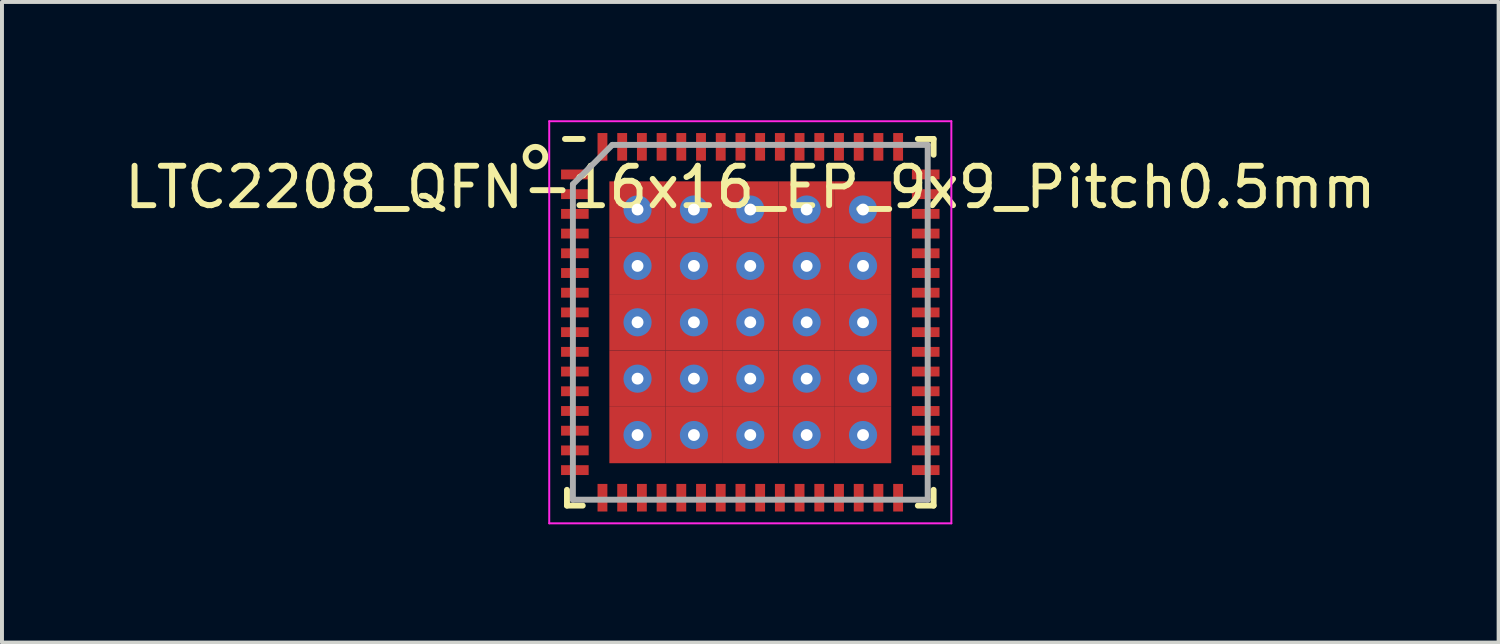
<source format=kicad_pcb>
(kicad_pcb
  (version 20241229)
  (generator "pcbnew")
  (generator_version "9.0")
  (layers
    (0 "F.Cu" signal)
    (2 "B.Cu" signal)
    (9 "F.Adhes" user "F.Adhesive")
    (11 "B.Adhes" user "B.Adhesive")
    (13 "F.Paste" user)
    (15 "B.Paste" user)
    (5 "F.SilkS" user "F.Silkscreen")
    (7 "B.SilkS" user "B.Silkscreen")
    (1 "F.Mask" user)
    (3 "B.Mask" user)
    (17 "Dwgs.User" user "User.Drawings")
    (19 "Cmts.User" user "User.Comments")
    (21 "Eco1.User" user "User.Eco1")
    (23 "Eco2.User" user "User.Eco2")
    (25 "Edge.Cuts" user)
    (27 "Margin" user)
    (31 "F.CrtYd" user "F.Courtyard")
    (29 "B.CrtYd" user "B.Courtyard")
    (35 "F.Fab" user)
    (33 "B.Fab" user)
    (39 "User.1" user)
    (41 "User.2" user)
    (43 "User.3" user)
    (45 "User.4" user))
  (footprint "LTC2208_QFN-16x16_EP_9x9_Pitch0.5mm"
    (layer "F.Cu")
    (at 15.982 5.125)
    (property "Reference" "LTC2208_QFN-16x16_EP_9x9_Pitch0.5mm" (at 0 -3.425 0) (layer "F.SilkS") (effects (font (size 1 1) (thickness 0.15))))
    (attr through_hole)
    (fp_line (start -4.65 4.65) (end -4.65 4.25) (stroke (width 0.15) (type default)) (layer "F.SilkS"))
    (fp_line (start -4.25 -4.65) (end -4.7 -4.65) (stroke (width 0.15) (type default)) (layer "F.SilkS"))
    (fp_line (start -4.25 4.65) (end -4.65 4.65) (stroke (width 0.15) (type default)) (layer "F.SilkS"))
    (fp_line (start 4.25 -4.65) (end 4.65 -4.65) (stroke (width 0.15) (type default)) (layer "F.SilkS"))
    (fp_line (start 4.25 4.65) (end 4.65 4.65) (stroke (width 0.15) (type default)) (layer "F.SilkS"))
    (fp_line (start 4.65 -4.65) (end 4.65 -4.25) (stroke (width 0.15) (type default)) (layer "F.SilkS"))
    (fp_line (start 4.65 4.65) (end 4.65 4.25) (stroke (width 0.15) (type default)) (layer "F.SilkS"))
    (fp_circle (center -5.45 -4.2) (end -5.45 -3.95) (stroke (width 0.15) (type default)) (fill no) (layer "F.SilkS"))
    (fp_line (start -5.1 -5.1) (end 5.1 -5.1) (stroke (width 0.05) (type default)) (layer "F.CrtYd"))
    (fp_line (start -5.1 5.1) (end -5.1 -5.1) (stroke (width 0.05) (type default)) (layer "F.CrtYd"))
    (fp_line (start 5.1 -5.1) (end 5.1 5.1) (stroke (width 0.05) (type default)) (layer "F.CrtYd"))
    (fp_line (start 5.1 5.1) (end -5.1 5.1) (stroke (width 0.05) (type default)) (layer "F.CrtYd"))
    (fp_line (start -4.5 -3.5) (end -4.5 4.5) (stroke (width 0.15) (type default)) (layer "F.Fab"))
    (fp_line (start -4.5 4.5) (end 4.5 4.5) (stroke (width 0.15) (type default)) (layer "F.Fab"))
    (fp_line (start -3.5 -4.5) (end -4.5 -3.5) (stroke (width 0.15) (type default)) (layer "F.Fab"))
    (fp_line (start 4.5 -4.5) (end -3.5 -4.5) (stroke (width 0.15) (type default)) (layer "F.Fab"))
    (fp_line (start 4.5 4.5) (end 4.5 -4.5) (stroke (width 0.15) (type default)) (layer "F.Fab"))
    (pad "1" smd rect (at -4.45 -3.75 90) (size 0.25 0.7) (layers "F.Cu" "F.Mask" "F.Paste"))
    (pad "2" smd rect (at -4.45 -3.25 90) (size 0.25 0.7) (layers "F.Cu" "F.Mask" "F.Paste"))
    (pad "3" smd rect (at -4.45 -2.75 90) (size 0.25 0.7) (layers "F.Cu" "F.Mask" "F.Paste"))
    (pad "4" smd rect (at -4.45 -2.25 90) (size 0.25 0.7) (layers "F.Cu" "F.Mask" "F.Paste"))
    (pad "5" smd rect (at -4.45 -1.75 90) (size 0.25 0.7) (layers "F.Cu" "F.Mask" "F.Paste"))
    (pad "6" smd rect (at -4.45 -1.25 90) (size 0.25 0.7) (layers "F.Cu" "F.Mask" "F.Paste"))
    (pad "7" smd rect (at -4.45 -0.75 90) (size 0.25 0.7) (layers "F.Cu" "F.Mask" "F.Paste"))
    (pad "8" smd rect (at -4.45 -0.25 90) (size 0.25 0.7) (layers "F.Cu" "F.Mask" "F.Paste"))
    (pad "9" smd rect (at -4.45 0.25 90) (size 0.25 0.7) (layers "F.Cu" "F.Mask" "F.Paste"))
    (pad "10" smd rect (at -4.45 0.75 90) (size 0.25 0.7) (layers "F.Cu" "F.Mask" "F.Paste"))
    (pad "11" smd rect (at -4.45 1.25 90) (size 0.25 0.7) (layers "F.Cu" "F.Mask" "F.Paste"))
    (pad "12" smd rect (at -4.45 1.75 90) (size 0.25 0.7) (layers "F.Cu" "F.Mask" "F.Paste"))
    (pad "13" smd rect (at -4.45 2.25 90) (size 0.25 0.7) (layers "F.Cu" "F.Mask" "F.Paste"))
    (pad "14" smd rect (at -4.45 2.75 90) (size 0.25 0.7) (layers "F.Cu" "F.Mask" "F.Paste"))
    (pad "15" smd rect (at -4.45 3.25 90) (size 0.25 0.7) (layers "F.Cu" "F.Mask" "F.Paste"))
    (pad "16" smd rect (at -4.45 3.75 90) (size 0.25 0.7) (layers "F.Cu" "F.Mask" "F.Paste"))
    (pad "17" smd rect (at -3.75 4.45) (size 0.25 0.7) (layers "F.Cu" "F.Mask" "F.Paste"))
    (pad "18" smd rect (at -3.25 4.45) (size 0.25 0.7) (layers "F.Cu" "F.Mask" "F.Paste"))
    (pad "19" smd rect (at -2.75 4.45) (size 0.25 0.7) (layers "F.Cu" "F.Mask" "F.Paste"))
    (pad "20" smd rect (at -2.25 4.45) (size 0.25 0.7) (layers "F.Cu" "F.Mask" "F.Paste"))
    (pad "21" smd rect (at -1.75 4.45) (size 0.25 0.7) (layers "F.Cu" "F.Mask" "F.Paste"))
    (pad "22" smd rect (at -1.25 4.45) (size 0.25 0.7) (layers "F.Cu" "F.Mask" "F.Paste"))
    (pad "23" smd rect (at -0.75 4.45) (size 0.25 0.7) (layers "F.Cu" "F.Mask" "F.Paste"))
    (pad "24" smd rect (at -0.25 4.45) (size 0.25 0.7) (layers "F.Cu" "F.Mask" "F.Paste"))
    (pad "25" smd rect (at 0.25 4.45) (size 0.25 0.7) (layers "F.Cu" "F.Mask" "F.Paste"))
    (pad "26" smd rect (at 0.75 4.45) (size 0.25 0.7) (layers "F.Cu" "F.Mask" "F.Paste"))
    (pad "27" smd rect (at 1.25 4.45) (size 0.25 0.7) (layers "F.Cu" "F.Mask" "F.Paste"))
    (pad "28" smd rect (at 1.75 4.45) (size 0.25 0.7) (layers "F.Cu" "F.Mask" "F.Paste"))
    (pad "29" smd rect (at 2.25 4.45) (size 0.25 0.7) (layers "F.Cu" "F.Mask" "F.Paste"))
    (pad "30" smd rect (at 2.75 4.45) (size 0.25 0.7) (layers "F.Cu" "F.Mask" "F.Paste"))
    (pad "31" smd rect (at 3.25 4.45) (size 0.25 0.7) (layers "F.Cu" "F.Mask" "F.Paste"))
    (pad "32" smd rect (at 3.75 4.45) (size 0.25 0.7) (layers "F.Cu" "F.Mask" "F.Paste"))
    (pad "33" smd rect (at 4.45 3.75 90) (size 0.25 0.7) (layers "F.Cu" "F.Mask" "F.Paste"))
    (pad "34" smd rect (at 4.45 3.25 90) (size 0.25 0.7) (layers "F.Cu" "F.Mask" "F.Paste"))
    (pad "35" smd rect (at 4.45 2.75 90) (size 0.25 0.7) (layers "F.Cu" "F.Mask" "F.Paste"))
    (pad "36" smd rect (at 4.45 2.25 90) (size 0.25 0.7) (layers "F.Cu" "F.Mask" "F.Paste"))
    (pad "37" smd rect (at 4.45 1.75 90) (size 0.25 0.7) (layers "F.Cu" "F.Mask" "F.Paste"))
    (pad "38" smd rect (at 4.45 1.25 90) (size 0.25 0.7) (layers "F.Cu" "F.Mask" "F.Paste"))
    (pad "39" smd rect (at 4.45 0.75 90) (size 0.25 0.7) (layers "F.Cu" "F.Mask" "F.Paste"))
    (pad "40" smd rect (at 4.45 0.25 90) (size 0.25 0.7) (layers "F.Cu" "F.Mask" "F.Paste"))
    (pad "41" smd rect (at 4.45 -0.25 90) (size 0.25 0.7) (layers "F.Cu" "F.Mask" "F.Paste"))
    (pad "42" smd rect (at 4.45 -0.75 90) (size 0.25 0.7) (layers "F.Cu" "F.Mask" "F.Paste"))
    (pad "43" smd rect (at 4.45 -1.25 90) (size 0.25 0.7) (layers "F.Cu" "F.Mask" "F.Paste"))
    (pad "44" smd rect (at 4.45 -1.75 90) (size 0.25 0.7) (layers "F.Cu" "F.Mask" "F.Paste"))
    (pad "45" smd rect (at 4.45 -2.25 90) (size 0.25 0.7) (layers "F.Cu" "F.Mask" "F.Paste"))
    (pad "46" smd rect (at 4.45 -2.75 90) (size 0.25 0.7) (layers "F.Cu" "F.Mask" "F.Paste"))
    (pad "47" smd rect (at 4.45 -3.25 90) (size 0.25 0.7) (layers "F.Cu" "F.Mask" "F.Paste"))
    (pad "48" smd rect (at 4.45 -3.75 90) (size 0.25 0.7) (layers "F.Cu" "F.Mask" "F.Paste"))
    (pad "49" smd rect (at 3.75 -4.45) (size 0.25 0.7) (layers "F.Cu" "F.Mask" "F.Paste"))
    (pad "50" smd rect (at 3.25 -4.45) (size 0.25 0.7) (layers "F.Cu" "F.Mask" "F.Paste"))
    (pad "51" smd rect (at 2.75 -4.45) (size 0.25 0.7) (layers "F.Cu" "F.Mask" "F.Paste"))
    (pad "52" smd rect (at 2.25 -4.45) (size 0.25 0.7) (layers "F.Cu" "F.Mask" "F.Paste"))
    (pad "53" smd rect (at 1.75 -4.45) (size 0.25 0.7) (layers "F.Cu" "F.Mask" "F.Paste"))
    (pad "54" smd rect (at 1.25 -4.45) (size 0.25 0.7) (layers "F.Cu" "F.Mask" "F.Paste"))
    (pad "55" smd rect (at 0.75 -4.45) (size 0.25 0.7) (layers "F.Cu" "F.Mask" "F.Paste"))
    (pad "56" smd rect (at 0.25 -4.45) (size 0.25 0.7) (layers "F.Cu" "F.Mask" "F.Paste"))
    (pad "57" smd rect (at -0.25 -4.45) (size 0.25 0.7) (layers "F.Cu" "F.Mask" "F.Paste"))
    (pad "58" smd rect (at -0.75 -4.45) (size 0.25 0.7) (layers "F.Cu" "F.Mask" "F.Paste"))
    (pad "59" smd rect (at -1.25 -4.45) (size 0.25 0.7) (layers "F.Cu" "F.Mask" "F.Paste"))
    (pad "60" smd rect (at -1.75 -4.45) (size 0.25 0.7) (layers "F.Cu" "F.Mask" "F.Paste"))
    (pad "61" smd rect (at -2.25 -4.45) (size 0.25 0.7) (layers "F.Cu" "F.Mask" "F.Paste"))
    (pad "62" smd rect (at -2.75 -4.45) (size 0.25 0.7) (layers "F.Cu" "F.Mask" "F.Paste"))
    (pad "63" smd rect (at -3.25 -4.45) (size 0.25 0.7) (layers "F.Cu" "F.Mask" "F.Paste"))
    (pad "64" smd rect (at -3.75 -4.45) (size 0.25 0.7) (layers "F.Cu" "F.Mask" "F.Paste"))
    (pad "65" thru_hole circle (at -2.86 -2.86) (size 0.715 0.715) (drill 0.3) (layers "*.Cu" "*.Mask"))
    (pad "65" smd rect (at -2.86 -2.86) (size 1.43 1.43) (layers "F.Cu" "F.Mask" "F.Paste"))
    (pad "65" thru_hole circle (at -2.86 -1.43) (size 0.715 0.715) (drill 0.3) (layers "*.Cu" "*.Mask"))
    (pad "65" smd rect (at -2.86 -1.43) (size 1.43 1.43) (layers "F.Cu" "F.Mask" "F.Paste"))
    (pad "65" thru_hole circle (at -2.86 0) (size 0.715 0.715) (drill 0.3) (layers "*.Cu" "*.Mask"))
    (pad "65" smd rect (at -2.86 0) (size 1.43 1.43) (layers "F.Cu" "F.Mask" "F.Paste"))
    (pad "65" thru_hole circle (at -2.86 1.43) (size 0.715 0.715) (drill 0.3) (layers "*.Cu" "*.Mask"))
    (pad "65" smd rect (at -2.86 1.43) (size 1.43 1.43) (layers "F.Cu" "F.Mask" "F.Paste"))
    (pad "65" thru_hole circle (at -2.86 2.86) (size 0.715 0.715) (drill 0.3) (layers "*.Cu" "*.Mask"))
    (pad "65" smd rect (at -2.86 2.86) (size 1.43 1.43) (layers "F.Cu" "F.Mask" "F.Paste"))
    (pad "65" thru_hole circle (at -1.43 -2.86) (size 0.715 0.715) (drill 0.3) (layers "*.Cu" "*.Mask"))
    (pad "65" smd rect (at -1.43 -2.86) (size 1.43 1.43) (layers "F.Cu" "F.Mask" "F.Paste"))
    (pad "65" thru_hole circle (at -1.43 -1.43) (size 0.715 0.715) (drill 0.3) (layers "*.Cu" "*.Mask"))
    (pad "65" smd rect (at -1.43 -1.43) (size 1.43 1.43) (layers "F.Cu" "F.Mask" "F.Paste"))
    (pad "65" thru_hole circle (at -1.43 0) (size 0.715 0.715) (drill 0.3) (layers "*.Cu" "*.Mask"))
    (pad "65" smd rect (at -1.43 0) (size 1.43 1.43) (layers "F.Cu" "F.Mask" "F.Paste"))
    (pad "65" thru_hole circle (at -1.43 1.43) (size 0.715 0.715) (drill 0.3) (layers "*.Cu" "*.Mask"))
    (pad "65" smd rect (at -1.43 1.43) (size 1.43 1.43) (layers "F.Cu" "F.Mask" "F.Paste"))
    (pad "65" thru_hole circle (at -1.43 2.86) (size 0.715 0.715) (drill 0.3) (layers "*.Cu" "*.Mask"))
    (pad "65" smd rect (at -1.43 2.86) (size 1.43 1.43) (layers "F.Cu" "F.Mask" "F.Paste"))
    (pad "65" thru_hole circle (at 0 -2.86) (size 0.715 0.715) (drill 0.3) (layers "*.Cu" "*.Mask"))
    (pad "65" smd rect (at 0 -2.86) (size 1.43 1.43) (layers "F.Cu" "F.Mask" "F.Paste"))
    (pad "65" thru_hole circle (at 0 -1.43) (size 0.715 0.715) (drill 0.3) (layers "*.Cu" "*.Mask"))
    (pad "65" smd rect (at 0 -1.43) (size 1.43 1.43) (layers "F.Cu" "F.Mask" "F.Paste"))
    (pad "65" thru_hole circle (at 0 0) (size 0.715 0.715) (drill 0.3) (layers "*.Cu" "*.Mask"))
    (pad "65" smd rect (at 0 0) (size 1.43 1.43) (layers "F.Cu" "F.Mask" "F.Paste"))
    (pad "65" thru_hole circle (at 0 1.43) (size 0.715 0.715) (drill 0.3) (layers "*.Cu" "*.Mask"))
    (pad "65" smd rect (at 0 1.43) (size 1.43 1.43) (layers "F.Cu" "F.Mask" "F.Paste"))
    (pad "65" thru_hole circle (at 0 2.86) (size 0.715 0.715) (drill 0.3) (layers "*.Cu" "*.Mask"))
    (pad "65" smd rect (at 0 2.86) (size 1.43 1.43) (layers "F.Cu" "F.Mask" "F.Paste"))
    (pad "65" thru_hole circle (at 1.43 -2.86) (size 0.715 0.715) (drill 0.3) (layers "*.Cu" "*.Mask"))
    (pad "65" smd rect (at 1.43 -2.86) (size 1.43 1.43) (layers "F.Cu" "F.Mask" "F.Paste"))
    (pad "65" thru_hole circle (at 1.43 -1.43) (size 0.715 0.715) (drill 0.3) (layers "*.Cu" "*.Mask"))
    (pad "65" smd rect (at 1.43 -1.43) (size 1.43 1.43) (layers "F.Cu" "F.Mask" "F.Paste"))
    (pad "65" thru_hole circle (at 1.43 0) (size 0.715 0.715) (drill 0.3) (layers "*.Cu" "*.Mask"))
    (pad "65" smd rect (at 1.43 0) (size 1.43 1.43) (layers "F.Cu" "F.Mask" "F.Paste"))
    (pad "65" thru_hole circle (at 1.43 1.43) (size 0.715 0.715) (drill 0.3) (layers "*.Cu" "*.Mask"))
    (pad "65" smd rect (at 1.43 1.43) (size 1.43 1.43) (layers "F.Cu" "F.Mask" "F.Paste"))
    (pad "65" thru_hole circle (at 1.43 2.86) (size 0.715 0.715) (drill 0.3) (layers "*.Cu" "*.Mask"))
    (pad "65" smd rect (at 1.43 2.86) (size 1.43 1.43) (layers "F.Cu" "F.Mask" "F.Paste"))
    (pad "65" thru_hole circle (at 2.86 -2.86) (size 0.715 0.715) (drill 0.3) (layers "*.Cu" "*.Mask"))
    (pad "65" smd rect (at 2.86 -2.86) (size 1.43 1.43) (layers "F.Cu" "F.Mask" "F.Paste"))
    (pad "65" thru_hole circle (at 2.86 -1.43) (size 0.715 0.715) (drill 0.3) (layers "*.Cu" "*.Mask"))
    (pad "65" smd rect (at 2.86 -1.43) (size 1.43 1.43) (layers "F.Cu" "F.Mask" "F.Paste"))
    (pad "65" thru_hole circle (at 2.86 0) (size 0.715 0.715) (drill 0.3) (layers "*.Cu" "*.Mask"))
    (pad "65" smd rect (at 2.86 0) (size 1.43 1.43) (layers "F.Cu" "F.Mask" "F.Paste"))
    (pad "65" thru_hole circle (at 2.86 1.43) (size 0.715 0.715) (drill 0.3) (layers "*.Cu" "*.Mask"))
    (pad "65" smd rect (at 2.86 1.43) (size 1.43 1.43) (layers "F.Cu" "F.Mask" "F.Paste"))
    (pad "65" thru_hole circle (at 2.86 2.86) (size 0.715 0.715) (drill 0.3) (layers "*.Cu" "*.Mask"))
    (pad "65" smd rect (at 2.86 2.86) (size 1.43 1.43) (layers "F.Cu" "F.Mask" "F.Paste")))
  (gr_rect
    (start -3 -3)
    (end 34.964 13.25)
    (stroke (width 0.1) (type default))
    (fill no)
    (layer "Edge.Cuts")))
</source>
